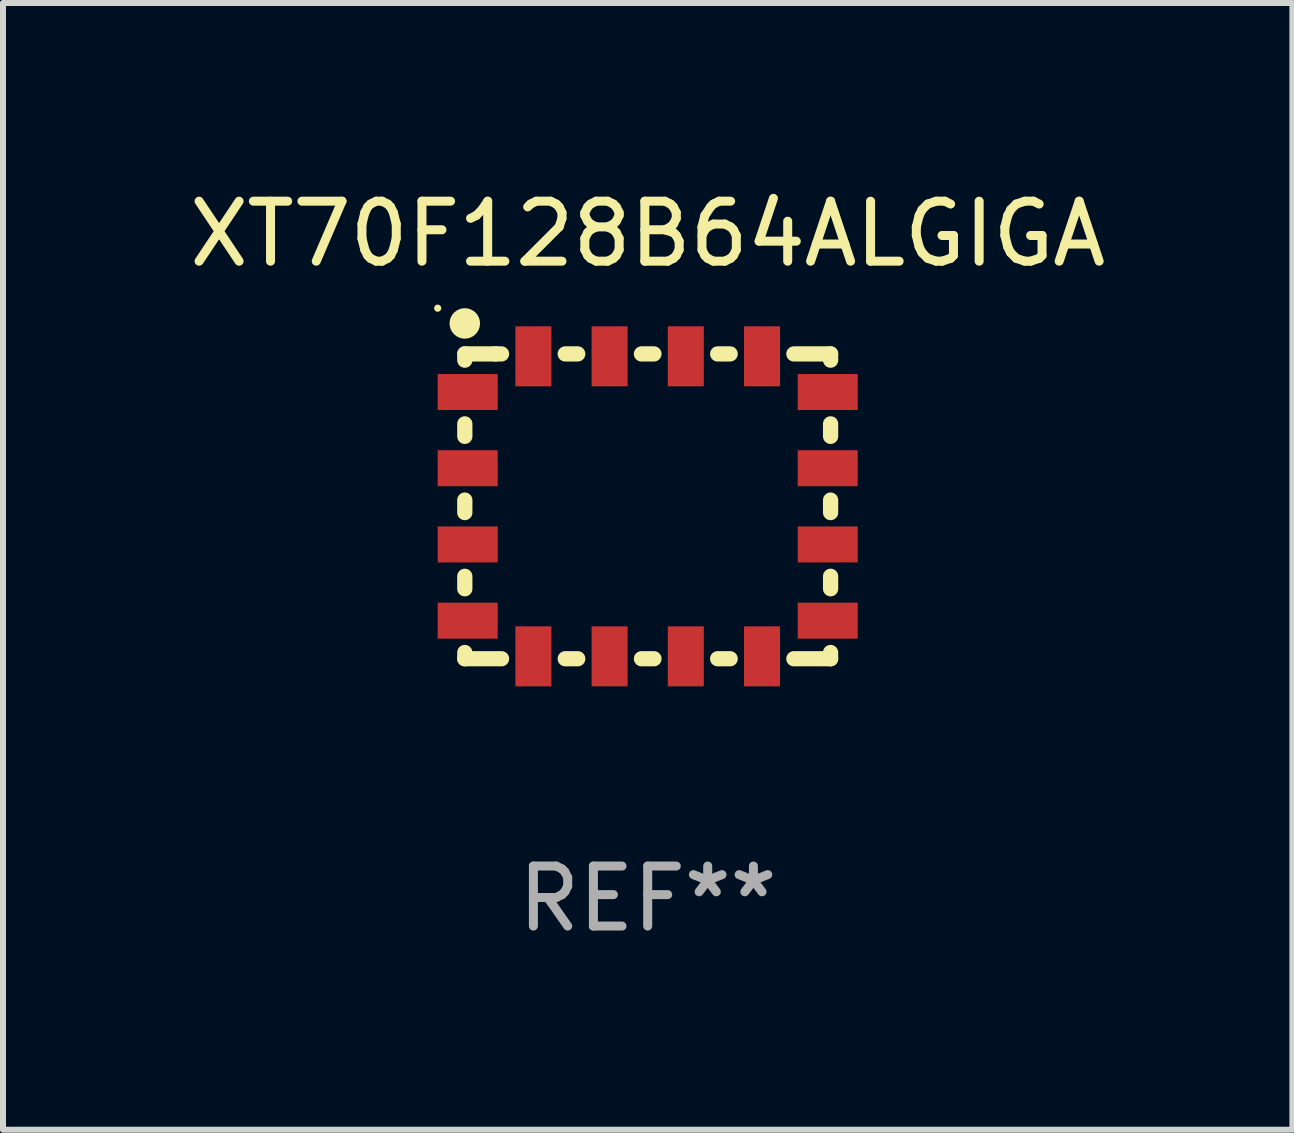
<source format=kicad_pcb>
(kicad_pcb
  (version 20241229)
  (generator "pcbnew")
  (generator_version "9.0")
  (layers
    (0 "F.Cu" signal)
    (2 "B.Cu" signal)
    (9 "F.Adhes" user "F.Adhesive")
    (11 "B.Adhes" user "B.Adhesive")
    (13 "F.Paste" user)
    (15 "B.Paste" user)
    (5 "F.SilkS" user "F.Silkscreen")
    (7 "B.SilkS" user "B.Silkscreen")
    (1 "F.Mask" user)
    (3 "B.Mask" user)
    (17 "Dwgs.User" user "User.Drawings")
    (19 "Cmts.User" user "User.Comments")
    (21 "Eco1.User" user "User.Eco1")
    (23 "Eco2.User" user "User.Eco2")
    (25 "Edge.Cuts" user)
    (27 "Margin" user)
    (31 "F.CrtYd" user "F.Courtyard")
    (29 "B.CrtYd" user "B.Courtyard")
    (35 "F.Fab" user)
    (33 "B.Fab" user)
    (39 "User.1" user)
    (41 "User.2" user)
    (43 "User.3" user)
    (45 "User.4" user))
  (footprint "XT70F128B64ALGIGA"
    (layer "F.Cu")
    (at 7.744 5.388)
    (property "Reference" "XT70F128B64ALGIGA" (at 0 -4.54 0) (layer "F.SilkS") (effects (font (size 1 1) (thickness 0.15))))
    (attr through_hole)
    (fp_line (start -3.048 -2.54) (end -3.048 -2.436) (stroke (width 0.254) (type solid)) (layer "F.SilkS"))
    (fp_line (start -3.048 -1.374) (end -3.048 -1.166) (stroke (width 0.254) (type solid)) (layer "F.SilkS"))
    (fp_line (start -3.048 -0.104) (end -3.048 0.104) (stroke (width 0.254) (type solid)) (layer "F.SilkS"))
    (fp_line (start -3.048 1.166) (end -3.048 1.374) (stroke (width 0.254) (type solid)) (layer "F.SilkS"))
    (fp_line (start -3.048 2.436) (end -3.048 2.54) (stroke (width 0.254) (type solid)) (layer "F.SilkS"))
    (fp_line (start -3.048 2.54) (end -2.436 2.54) (stroke (width 0.254) (type solid)) (layer "F.SilkS"))
    (fp_line (start -2.54 -2.54) (end -3.048 -2.54) (stroke (width 0.254) (type solid)) (layer "F.SilkS"))
    (fp_line (start -2.436 -2.54) (end -2.54 -2.54) (stroke (width 0.254) (type solid)) (layer "F.SilkS"))
    (fp_line (start -1.374 2.54) (end -1.166 2.54) (stroke (width 0.254) (type solid)) (layer "F.SilkS"))
    (fp_line (start -1.166 -2.54) (end -1.374 -2.54) (stroke (width 0.254) (type solid)) (layer "F.SilkS"))
    (fp_line (start -0.104 2.54) (end 0.104 2.54) (stroke (width 0.254) (type solid)) (layer "F.SilkS"))
    (fp_line (start 0.104 -2.54) (end -0.104 -2.54) (stroke (width 0.254) (type solid)) (layer "F.SilkS"))
    (fp_line (start 1.166 2.54) (end 1.374 2.54) (stroke (width 0.254) (type solid)) (layer "F.SilkS"))
    (fp_line (start 1.374 -2.54) (end 1.166 -2.54) (stroke (width 0.254) (type solid)) (layer "F.SilkS"))
    (fp_line (start 2.436 2.54) (end 3.048 2.54) (stroke (width 0.254) (type solid)) (layer "F.SilkS"))
    (fp_line (start 3.048 -2.54) (end 2.436 -2.54) (stroke (width 0.254) (type solid)) (layer "F.SilkS"))
    (fp_line (start 3.048 -2.436) (end 3.048 -2.54) (stroke (width 0.254) (type solid)) (layer "F.SilkS"))
    (fp_line (start 3.048 -1.166) (end 3.048 -1.374) (stroke (width 0.254) (type solid)) (layer "F.SilkS"))
    (fp_line (start 3.048 0.104) (end 3.048 -0.104) (stroke (width 0.254) (type solid)) (layer "F.SilkS"))
    (fp_line (start 3.048 1.374) (end 3.048 1.166) (stroke (width 0.254) (type solid)) (layer "F.SilkS"))
    (fp_line (start 3.048 2.54) (end 3.048 2.436) (stroke (width 0.254) (type solid)) (layer "F.SilkS"))
    (fp_circle (center -3.5 -3.302) (end -3.47 -3.302) (stroke (width 0.06) (type solid)) (fill no) (layer "F.SilkS"))
    (fp_circle (center -3.048 -3.048) (end -2.921 -3.048) (stroke (width 0.254) (type solid)) (fill no) (layer "F.SilkS"))
    (fp_text user "REF**" (at 0 6.54 0) (layer "F.Fab") (effects (font (size 1 1) (thickness 0.15))))
    (pad "1" smd rect (at -3 -1.905) (size 1 0.6) (layers "F.Cu" "F.Mask" "F.Paste"))
    (pad "2" smd rect (at -3 -0.635) (size 1 0.6) (layers "F.Cu" "F.Mask" "F.Paste"))
    (pad "3" smd rect (at -3 0.635) (size 1 0.6) (layers "F.Cu" "F.Mask" "F.Paste"))
    (pad "4" smd rect (at -3 1.905) (size 1 0.6) (layers "F.Cu" "F.Mask" "F.Paste"))
    (pad "5" smd rect (at -1.905 2.5 90) (size 1 0.6) (layers "F.Cu" "F.Mask" "F.Paste"))
    (pad "6" smd rect (at -0.635 2.5 90) (size 1 0.6) (layers "F.Cu" "F.Mask" "F.Paste"))
    (pad "7" smd rect (at 0.635 2.5 90) (size 1 0.6) (layers "F.Cu" "F.Mask" "F.Paste"))
    (pad "8" smd rect (at 1.905 2.5 90) (size 1 0.6) (layers "F.Cu" "F.Mask" "F.Paste"))
    (pad "9" smd rect (at 3 1.905 180) (size 1 0.6) (layers "F.Cu" "F.Mask" "F.Paste"))
    (pad "10" smd rect (at 3 0.635 180) (size 1 0.6) (layers "F.Cu" "F.Mask" "F.Paste"))
    (pad "11" smd rect (at 3 -0.635 180) (size 1 0.6) (layers "F.Cu" "F.Mask" "F.Paste"))
    (pad "12" smd rect (at 3 -1.905 180) (size 1 0.6) (layers "F.Cu" "F.Mask" "F.Paste"))
    (pad "13" smd rect (at 1.905 -2.5 270) (size 1 0.6) (layers "F.Cu" "F.Mask" "F.Paste"))
    (pad "14" smd rect (at 0.635 -2.5 270) (size 1 0.6) (layers "F.Cu" "F.Mask" "F.Paste"))
    (pad "15" smd rect (at -0.635 -2.5 270) (size 1 0.6) (layers "F.Cu" "F.Mask" "F.Paste"))
    (pad "16" smd rect (at -1.905 -2.5 270) (size 1 0.6) (layers "F.Cu" "F.Mask" "F.Paste")))
  (gr_rect
    (start -3 -3)
    (end 18.488 15.777)
    (stroke (width 0.1) (type default))
    (fill no)
    (layer "Edge.Cuts")))
</source>
